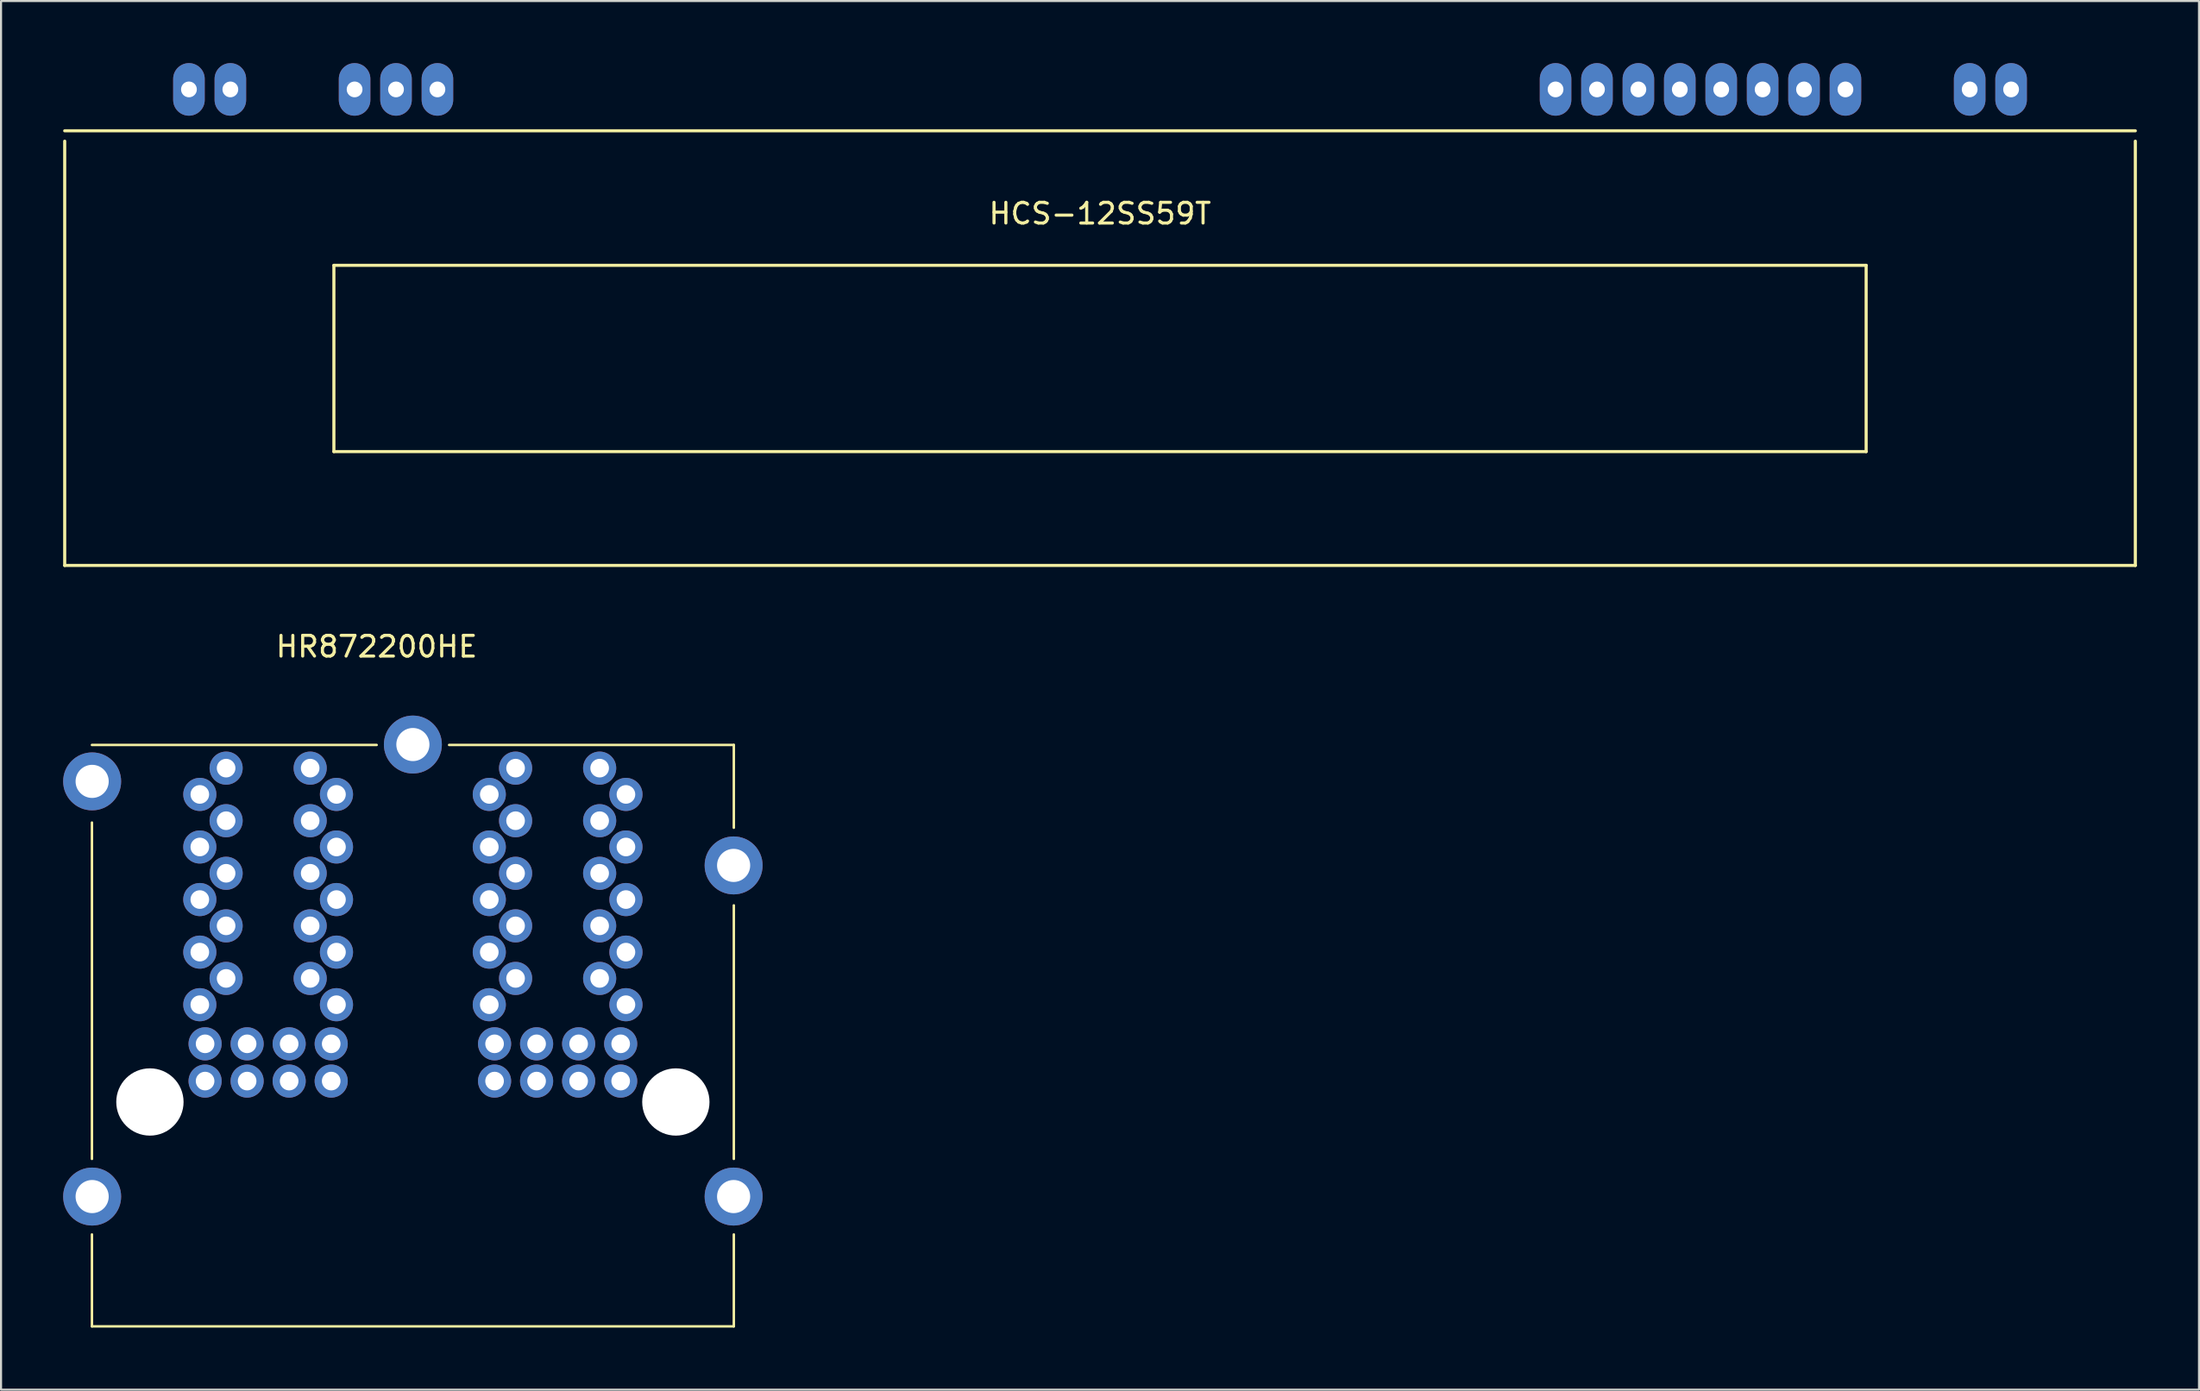
<source format=kicad_pcb>
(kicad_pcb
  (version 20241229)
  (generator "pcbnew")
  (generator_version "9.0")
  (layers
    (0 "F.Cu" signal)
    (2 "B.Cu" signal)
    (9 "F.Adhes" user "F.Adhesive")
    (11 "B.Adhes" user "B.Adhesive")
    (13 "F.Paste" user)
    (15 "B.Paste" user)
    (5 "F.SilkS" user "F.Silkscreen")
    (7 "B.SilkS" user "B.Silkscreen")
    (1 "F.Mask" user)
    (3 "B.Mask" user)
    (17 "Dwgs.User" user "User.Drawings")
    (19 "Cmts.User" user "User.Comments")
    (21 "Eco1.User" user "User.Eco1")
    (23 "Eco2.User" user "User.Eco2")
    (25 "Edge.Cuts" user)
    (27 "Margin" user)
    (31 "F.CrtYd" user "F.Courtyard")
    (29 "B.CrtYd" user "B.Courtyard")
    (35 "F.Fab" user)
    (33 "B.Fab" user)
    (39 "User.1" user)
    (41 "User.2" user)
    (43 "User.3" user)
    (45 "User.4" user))
  (footprint "HR872200HE"
    (layer "F.Cu")
    (at 16.89 50.193)
    (property "Reference" "HR872200HE" (at -1.75 -22 0) (layer "F.SilkS") (effects (font (size 1 1) (thickness 0.15))))
    (attr through_hole)
    (fp_line (start -15.5 2.75) (end -15.5 -13.5) (stroke (width 0.12) (type solid)) (layer "F.SilkS"))
    (fp_line (start -15.5 10.84) (end -15.5 6.4) (stroke (width 0.12) (type solid)) (layer "F.SilkS"))
    (fp_line (start -1.75 -17.25) (end -15.5 -17.25) (stroke (width 0.12) (type solid)) (layer "F.SilkS"))
    (fp_line (start 1.75 -17.25) (end 15.5 -17.25) (stroke (width 0.12) (type solid)) (layer "F.SilkS"))
    (fp_line (start 15.5 -17.25) (end 15.5 -13.25) (stroke (width 0.12) (type solid)) (layer "F.SilkS"))
    (fp_line (start 15.5 -9.5) (end 15.5 2.75) (stroke (width 0.12) (type solid)) (layer "F.SilkS"))
    (fp_line (start 15.5 10.84) (end -15.5 10.84) (stroke (width 0.12) (type solid)) (layer "F.SilkS"))
    (fp_line (start 15.5 10.84) (end 15.5 6.4) (stroke (width 0.12) (type solid)) (layer "F.SilkS"))
    (pad "" np_thru_hole circle (at -12.7 0) (size 3.25 3.25) (drill 3.25) (layers "*.Cu" "*.Mask"))
    (pad "" thru_hole circle (at -10.29 -14.86) (size 1.6 1.6) (drill 0.9) (layers "*.Cu" "*.Mask"))
    (pad "" thru_hole circle (at -9.02 -16.13) (size 1.6 1.6) (drill 0.9) (layers "*.Cu" "*.Mask"))
    (pad "" thru_hole circle (at -4.96 -16.13) (size 1.6 1.6) (drill 0.9) (layers "*.Cu" "*.Mask"))
    (pad "" thru_hole circle (at -3.69 -14.86) (size 1.6 1.6) (drill 0.9) (layers "*.Cu" "*.Mask"))
    (pad "" thru_hole circle (at 3.69 -14.86) (size 1.6 1.6) (drill 0.9) (layers "*.Cu" "*.Mask"))
    (pad "" thru_hole circle (at 4.96 -16.13) (size 1.6 1.6) (drill 0.9) (layers "*.Cu" "*.Mask"))
    (pad "" thru_hole circle (at 9.02 -16.13) (size 1.6 1.6) (drill 0.9) (layers "*.Cu" "*.Mask"))
    (pad "" thru_hole circle (at 10.29 -14.86) (size 1.6 1.6) (drill 0.9) (layers "*.Cu" "*.Mask"))
    (pad "" np_thru_hole circle (at 12.7 0) (size 3.25 3.25) (drill 3.25) (layers "*.Cu" "*.Mask"))
    (pad "A1" thru_hole circle (at -10.29 -4.7) (size 1.6 1.6) (drill 0.9) (layers "*.Cu" "*.Mask"))
    (pad "A2" thru_hole circle (at -9.02 -5.97) (size 1.6 1.6) (drill 0.9) (layers "*.Cu" "*.Mask"))
    (pad "A3" thru_hole circle (at -10.29 -7.24) (size 1.6 1.6) (drill 0.9) (layers "*.Cu" "*.Mask"))
    (pad "A4" thru_hole circle (at -9.02 -8.51) (size 1.6 1.6) (drill 0.9) (layers "*.Cu" "*.Mask"))
    (pad "A5" thru_hole circle (at -10.29 -9.78) (size 1.6 1.6) (drill 0.9) (layers "*.Cu" "*.Mask"))
    (pad "A6" thru_hole circle (at -9.02 -11.05) (size 1.6 1.6) (drill 0.9) (layers "*.Cu" "*.Mask"))
    (pad "A7" thru_hole circle (at -10.29 -12.32) (size 1.6 1.6) (drill 0.9) (layers "*.Cu" "*.Mask"))
    (pad "A8" thru_hole circle (at -9.02 -13.59) (size 1.6 1.6) (drill 0.9) (layers "*.Cu" "*.Mask"))
    (pad "A9" thru_hole circle (at -3.945 -1.01) (size 1.6 1.6) (drill 0.9) (layers "*.Cu" "*.Mask"))
    (pad "A10" thru_hole circle (at -5.975 -1.01) (size 1.6 1.6) (drill 0.9) (layers "*.Cu" "*.Mask"))
    (pad "A11" thru_hole circle (at -8.005 -1.01) (size 1.6 1.6) (drill 0.9) (layers "*.Cu" "*.Mask"))
    (pad "A12" thru_hole circle (at -10.035 -1.01) (size 1.6 1.6) (drill 0.9) (layers "*.Cu" "*.Mask"))
    (pad "B1" thru_hole circle (at -3.69 -4.7) (size 1.6 1.6) (drill 0.9) (layers "*.Cu" "*.Mask"))
    (pad "B2" thru_hole circle (at -4.96 -5.97) (size 1.6 1.6) (drill 0.9) (layers "*.Cu" "*.Mask"))
    (pad "B3" thru_hole circle (at -3.69 -7.24) (size 1.6 1.6) (drill 0.9) (layers "*.Cu" "*.Mask"))
    (pad "B4" thru_hole circle (at -4.96 -8.51) (size 1.6 1.6) (drill 0.9) (layers "*.Cu" "*.Mask"))
    (pad "B5" thru_hole circle (at -3.69 -9.78) (size 1.6 1.6) (drill 0.9) (layers "*.Cu" "*.Mask"))
    (pad "B6" thru_hole circle (at -4.96 -11.05) (size 1.6 1.6) (drill 0.9) (layers "*.Cu" "*.Mask"))
    (pad "B7" thru_hole circle (at -3.69 -12.32) (size 1.6 1.6) (drill 0.9) (layers "*.Cu" "*.Mask"))
    (pad "B8" thru_hole circle (at -4.96 -13.59) (size 1.6 1.6) (drill 0.9) (layers "*.Cu" "*.Mask"))
    (pad "B9" thru_hole circle (at -3.945 -2.81) (size 1.6 1.6) (drill 0.9) (layers "*.Cu" "*.Mask"))
    (pad "B10" thru_hole circle (at -5.975 -2.81) (size 1.6 1.6) (drill 0.9) (layers "*.Cu" "*.Mask"))
    (pad "B11" thru_hole circle (at -8.005 -2.81) (size 1.6 1.6) (drill 0.9) (layers "*.Cu" "*.Mask"))
    (pad "B12" thru_hole circle (at -10.035 -2.81) (size 1.6 1.6) (drill 0.9) (layers "*.Cu" "*.Mask"))
    (pad "C1" thru_hole circle (at 3.69 -4.7) (size 1.6 1.6) (drill 0.9) (layers "*.Cu" "*.Mask"))
    (pad "C2" thru_hole circle (at 4.96 -5.97) (size 1.6 1.6) (drill 0.9) (layers "*.Cu" "*.Mask"))
    (pad "C3" thru_hole circle (at 3.69 -7.24) (size 1.6 1.6) (drill 0.9) (layers "*.Cu" "*.Mask"))
    (pad "C4" thru_hole circle (at 4.96 -8.51) (size 1.6 1.6) (drill 0.9) (layers "*.Cu" "*.Mask"))
    (pad "C5" thru_hole circle (at 3.69 -9.78) (size 1.6 1.6) (drill 0.9) (layers "*.Cu" "*.Mask"))
    (pad "C6" thru_hole circle (at 4.96 -11.05) (size 1.6 1.6) (drill 0.9) (layers "*.Cu" "*.Mask"))
    (pad "C7" thru_hole circle (at 3.69 -12.32) (size 1.6 1.6) (drill 0.9) (layers "*.Cu" "*.Mask"))
    (pad "C8" thru_hole circle (at 4.96 -13.59) (size 1.6 1.6) (drill 0.9) (layers "*.Cu" "*.Mask"))
    (pad "C9" thru_hole circle (at 10.035 -1.01) (size 1.6 1.6) (drill 0.9) (layers "*.Cu" "*.Mask"))
    (pad "C10" thru_hole circle (at 8.005 -1.01) (size 1.6 1.6) (drill 0.9) (layers "*.Cu" "*.Mask"))
    (pad "C11" thru_hole circle (at 5.975 -1.01) (size 1.6 1.6) (drill 0.9) (layers "*.Cu" "*.Mask"))
    (pad "C12" thru_hole circle (at 3.945 -1.01) (size 1.6 1.6) (drill 0.9) (layers "*.Cu" "*.Mask"))
    (pad "D1" thru_hole circle (at 10.29 -4.7) (size 1.6 1.6) (drill 0.9) (layers "*.Cu" "*.Mask"))
    (pad "D2" thru_hole circle (at 9.02 -5.97) (size 1.6 1.6) (drill 0.9) (layers "*.Cu" "*.Mask"))
    (pad "D3" thru_hole circle (at 10.29 -7.24) (size 1.6 1.6) (drill 0.9) (layers "*.Cu" "*.Mask"))
    (pad "D4" thru_hole circle (at 9.02 -8.51) (size 1.6 1.6) (drill 0.9) (layers "*.Cu" "*.Mask"))
    (pad "D5" thru_hole circle (at 10.29 -9.78) (size 1.6 1.6) (drill 0.9) (layers "*.Cu" "*.Mask"))
    (pad "D6" thru_hole circle (at 9.02 -11.05) (size 1.6 1.6) (drill 0.9) (layers "*.Cu" "*.Mask"))
    (pad "D7" thru_hole circle (at 10.29 -12.32) (size 1.6 1.6) (drill 0.9) (layers "*.Cu" "*.Mask"))
    (pad "D8" thru_hole circle (at 9.02 -13.59) (size 1.6 1.6) (drill 0.9) (layers "*.Cu" "*.Mask"))
    (pad "D9" thru_hole circle (at 10.035 -2.81) (size 1.6 1.6) (drill 0.9) (layers "*.Cu" "*.Mask"))
    (pad "D10" thru_hole circle (at 8.005 -2.81) (size 1.6 1.6) (drill 0.9) (layers "*.Cu" "*.Mask"))
    (pad "D11" thru_hole circle (at 5.975 -2.81) (size 1.6 1.6) (drill 0.9) (layers "*.Cu" "*.Mask"))
    (pad "D12" thru_hole circle (at 3.945 -2.81) (size 1.6 1.6) (drill 0.9) (layers "*.Cu" "*.Mask"))
    (pad "SH" thru_hole circle (at -15.49 -15.49) (size 2.8 2.8) (drill 1.6) (layers "*.Cu" "*.Mask"))
    (pad "SH" thru_hole circle (at -15.49 4.57) (size 2.8 2.8) (drill 1.6) (layers "*.Cu" "*.Mask"))
    (pad "SH" thru_hole circle (at 0 -17.27) (size 2.8 2.8) (drill 1.6) (layers "*.Cu" "*.Mask"))
    (pad "SH" thru_hole circle (at 15.49 -11.43) (size 2.8 2.8) (drill 1.6) (layers "*.Cu" "*.Mask"))
    (pad "SH" thru_hole circle (at 15.49 4.57) (size 2.8 2.8) (drill 1.6) (layers "*.Cu" "*.Mask")))
  (footprint "HCS-12SS59T"
    (layer "F.Cu")
    (at 50.075 1.27)
    (property "Reference" "HCS-12SS59T" (at 0 6 0) (layer "F.SilkS") (effects (font (size 1 1) (thickness 0.15))))
    (attr through_hole)
    (fp_line (start -50 2.5) (end -50 23) (stroke (width 0.15) (type solid)) (layer "F.SilkS"))
    (fp_line (start -50 23) (end 50 23) (stroke (width 0.15) (type solid)) (layer "F.SilkS"))
    (fp_line (start -37 8.5) (end 37 8.5) (stroke (width 0.15) (type solid)) (layer "F.SilkS"))
    (fp_line (start -37 17.5) (end -37 8.5) (stroke (width 0.15) (type solid)) (layer "F.SilkS"))
    (fp_line (start 37 8.5) (end 37 17.5) (stroke (width 0.15) (type solid)) (layer "F.SilkS"))
    (fp_line (start 37 17.5) (end -37 17.5) (stroke (width 0.15) (type solid)) (layer "F.SilkS"))
    (fp_line (start 50 2) (end -50 2) (stroke (width 0.15) (type solid)) (layer "F.SilkS"))
    (fp_line (start 50 23) (end 50 2.5) (stroke (width 0.15) (type solid)) (layer "F.SilkS"))
    (pad "1" thru_hole oval (at 44 0) (size 1.524 2.54) (drill 0.762) (layers "*.Cu" "*.Mask"))
    (pad "2" thru_hole oval (at 42 0) (size 1.524 2.54) (drill 0.762) (layers "*.Cu" "*.Mask"))
    (pad "5" thru_hole oval (at 36 0) (size 1.524 2.54) (drill 0.762) (layers "*.Cu" "*.Mask"))
    (pad "6" thru_hole oval (at 34 0) (size 1.524 2.54) (drill 0.762) (layers "*.Cu" "*.Mask"))
    (pad "7" thru_hole oval (at 32 0) (size 1.524 2.54) (drill 0.762) (layers "*.Cu" "*.Mask"))
    (pad "8" thru_hole oval (at 30 0) (size 1.524 2.54) (drill 0.762) (layers "*.Cu" "*.Mask"))
    (pad "9" thru_hole oval (at 28 0) (size 1.524 2.54) (drill 0.762) (layers "*.Cu" "*.Mask"))
    (pad "10" thru_hole oval (at 26 0) (size 1.524 2.54) (drill 0.762) (layers "*.Cu" "*.Mask"))
    (pad "11" thru_hole oval (at 24 0) (size 1.524 2.54) (drill 0.762) (layers "*.Cu" "*.Mask"))
    (pad "12" thru_hole oval (at 22 0) (size 1.524 2.54) (drill 0.762) (layers "*.Cu" "*.Mask"))
    (pad "39" thru_hole oval (at -32 0) (size 1.524 2.54) (drill 0.762) (layers "*.Cu" "*.Mask"))
    (pad "40" thru_hole oval (at -34 0) (size 1.524 2.54) (drill 0.762) (layers "*.Cu" "*.Mask"))
    (pad "41" thru_hole oval (at -36 0) (size 1.524 2.54) (drill 0.762) (layers "*.Cu" "*.Mask"))
    (pad "44" thru_hole oval (at -42 0) (size 1.524 2.54) (drill 0.762) (layers "*.Cu" "*.Mask"))
    (pad "45" thru_hole oval (at -44 0) (size 1.524 2.54) (drill 0.762) (layers "*.Cu" "*.Mask")))
  (gr_rect
    (start -3 -3)
    (end 103.15 64.093)
    (stroke (width 0.1) (type default))
    (fill no)
    (layer "Edge.Cuts")))
</source>
